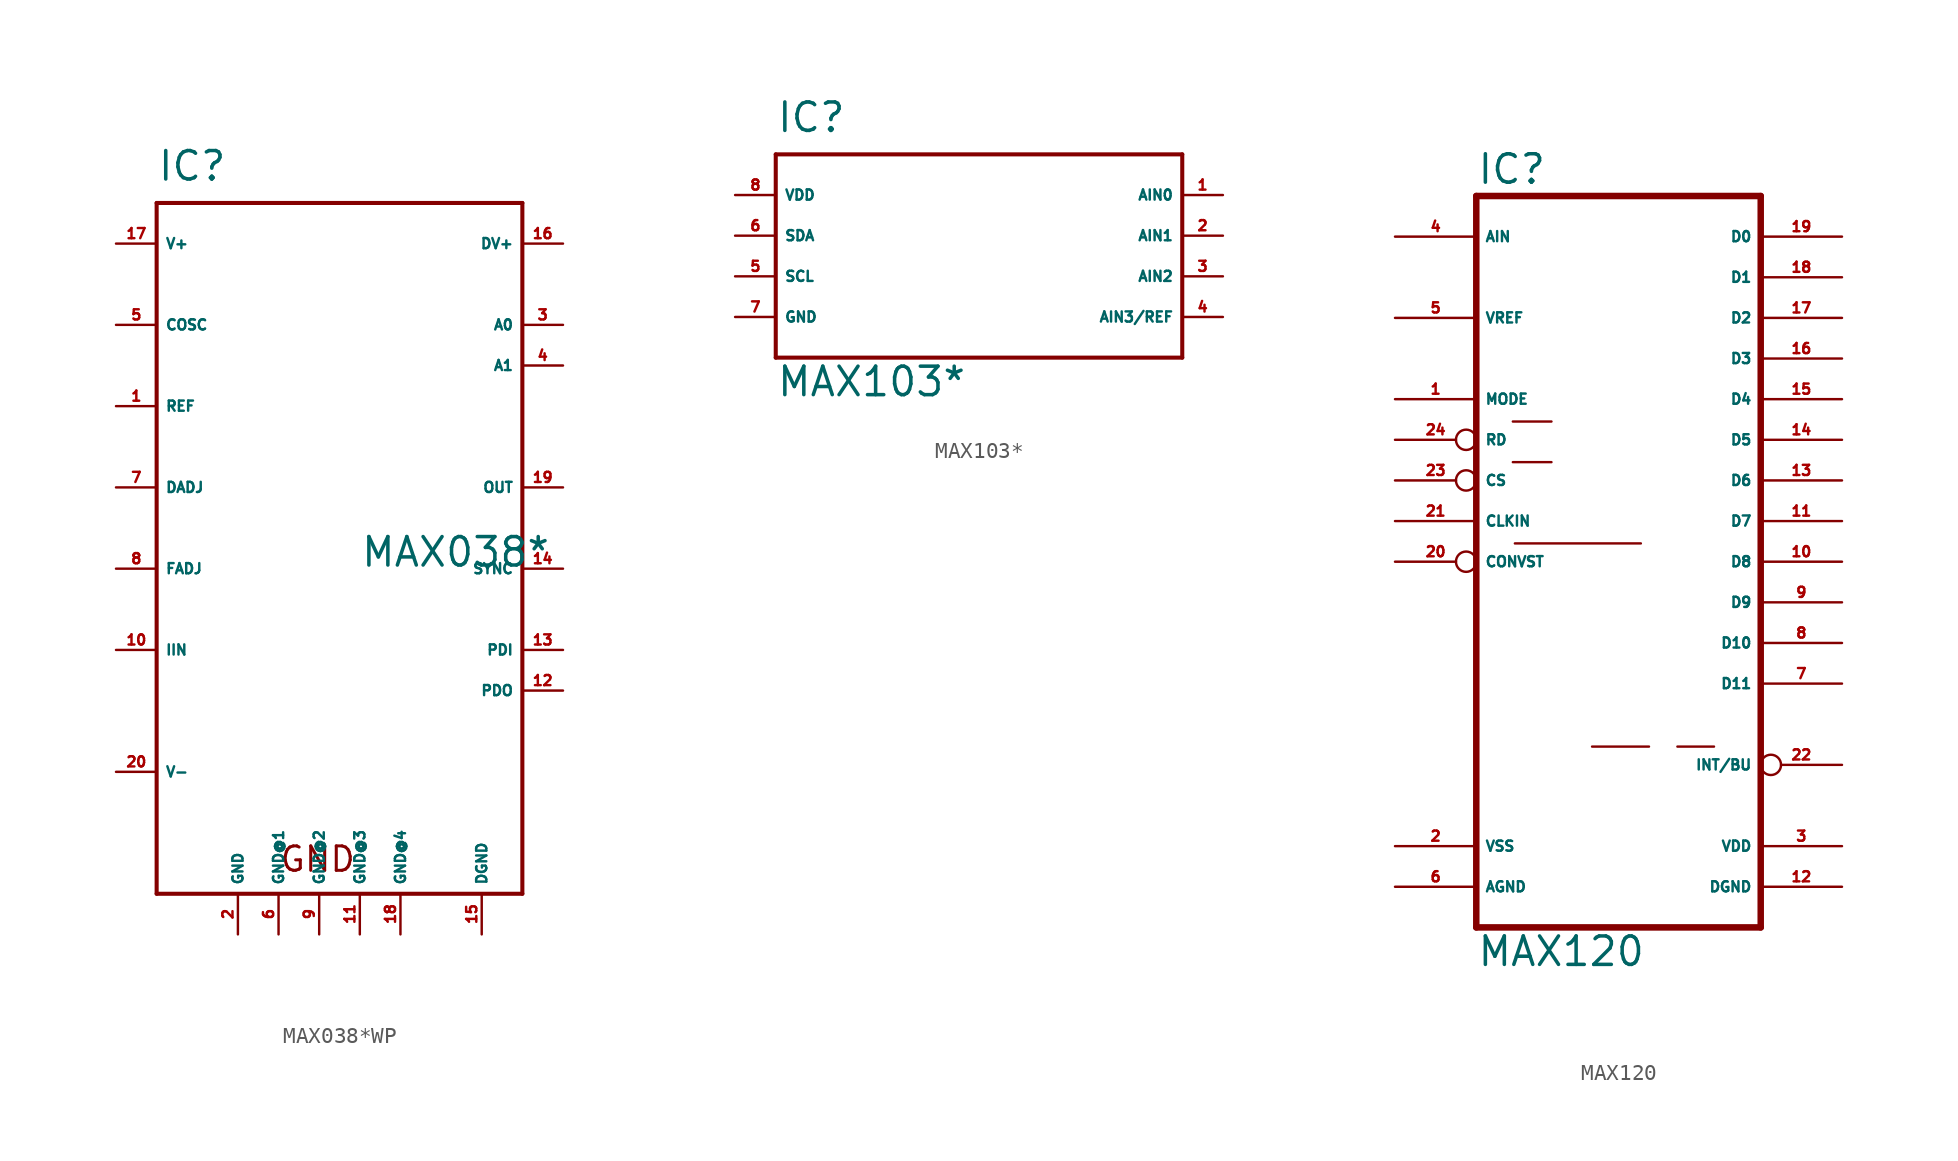
<source format=kicad_sym>
(kicad_symbol_lib
  (version 20220914)
  (generator Eagle2Kicad)
  (symbol "MAX038*WP"
    (property "Reference" "IC"
      (at -12.7 19.05 0)
      (effects (font (size 1.778 1.778) (thickness 0.22)) (justify left bottom)))
    (property "Value" "MAX038*"
      (at 0 -5.08 0)
      (effects (font (size 1.778 1.778) (thickness 0.22)) (justify left bottom)))
    (polyline
      (pts (xy -12.7 17.78) (xy 10.16 17.78))
      (stroke (width 0.254) (type default))
      (fill (type none)))
    (polyline
      (pts (xy 10.16 17.78) (xy 10.16 -25.4))
      (stroke (width 0.254) (type default))
      (fill (type none)))
    (polyline
      (pts (xy 10.16 -25.4) (xy -12.7 -25.4))
      (stroke (width 0.254) (type default))
      (fill (type none)))
    (polyline
      (pts (xy -12.7 -25.4) (xy -12.7 17.78))
      (stroke (width 0.254) (type default))
      (fill (type none)))
    (text "GND"
      (at -5.08 -24.13 0)
      (effects (font (size 1.524 1.524) (thickness 0.19)) (justify left bottom)))
    (pin output line
      (at -15.24 5.08 0)
      (length 2.54)
      (name "REF" (effects (font (size 0.635 0.635) (thickness 0.08)) (justify left bottom)))
      (number "1" (effects (font (size 0.635 0.635) (thickness 0.08)) (justify left bottom))))
    (pin input line
      (at -15.24 0 0)
      (length 2.54)
      (name "DADJ" (effects (font (size 0.635 0.635) (thickness 0.08)) (justify left bottom)))
      (number "7" (effects (font (size 0.635 0.635) (thickness 0.08)) (justify left bottom))))
    (pin passive line
      (at -15.24 -10.16 0)
      (length 2.54)
      (name "IIN" (effects (font (size 0.635 0.635) (thickness 0.08)) (justify left bottom)))
      (number "10" (effects (font (size 0.635 0.635) (thickness 0.08)) (justify left bottom))))
    (pin input line
      (at -15.24 -5.08 0)
      (length 2.54)
      (name "FADJ" (effects (font (size 0.635 0.635) (thickness 0.08)) (justify left bottom)))
      (number "8" (effects (font (size 0.635 0.635) (thickness 0.08)) (justify left bottom))))
    (pin passive line
      (at -15.24 10.16 0)
      (length 2.54)
      (name "COSC" (effects (font (size 0.635 0.635) (thickness 0.08)) (justify left bottom)))
      (number "5" (effects (font (size 0.635 0.635) (thickness 0.08)) (justify left bottom))))
    (pin unspecified line
      (at -15.24 -17.78 0)
      (length 2.54)
      (name "V-" (effects (font (size 0.635 0.635) (thickness 0.08)) (justify left bottom)))
      (number "20" (effects (font (size 0.635 0.635) (thickness 0.08)) (justify left bottom))))
    (pin unspecified line
      (at -15.24 15.24 0)
      (length 2.54)
      (name "V+" (effects (font (size 0.635 0.635) (thickness 0.08)) (justify left bottom)))
      (number "17" (effects (font (size 0.635 0.635) (thickness 0.08)) (justify left bottom))))
    (pin input line
      (at 12.7 10.16 180)
      (length 2.54)
      (name "A0" (effects (font (size 0.635 0.635) (thickness 0.08)) (justify left bottom)))
      (number "3" (effects (font (size 0.635 0.635) (thickness 0.08)) (justify left bottom))))
    (pin input line
      (at 12.7 7.62 180)
      (length 2.54)
      (name "A1" (effects (font (size 0.635 0.635) (thickness 0.08)) (justify left bottom)))
      (number "4" (effects (font (size 0.635 0.635) (thickness 0.08)) (justify left bottom))))
    (pin output line
      (at 12.7 0 180)
      (length 2.54)
      (name "OUT" (effects (font (size 0.635 0.635) (thickness 0.08)) (justify left bottom)))
      (number "19" (effects (font (size 0.635 0.635) (thickness 0.08)) (justify left bottom))))
    (pin unspecified line
      (at 12.7 15.24 180)
      (length 2.54)
      (name "DV+" (effects (font (size 0.635 0.635) (thickness 0.08)) (justify left bottom)))
      (number "16" (effects (font (size 0.635 0.635) (thickness 0.08)) (justify left bottom))))
    (pin unspecified line
      (at 7.62 -27.94 90)
      (length 2.54)
      (name "DGND" (effects (font (size 0.635 0.635) (thickness 0.08)) (justify left bottom)))
      (number "15" (effects (font (size 0.635 0.635) (thickness 0.08)) (justify left bottom))))
    (pin output line
      (at 12.7 -5.08 180)
      (length 2.54)
      (name "SYNC" (effects (font (size 0.635 0.635) (thickness 0.08)) (justify left bottom)))
      (number "14" (effects (font (size 0.635 0.635) (thickness 0.08)) (justify left bottom))))
    (pin input line
      (at 12.7 -10.16 180)
      (length 2.54)
      (name "PDI" (effects (font (size 0.635 0.635) (thickness 0.08)) (justify left bottom)))
      (number "13" (effects (font (size 0.635 0.635) (thickness 0.08)) (justify left bottom))))
    (pin output line
      (at 12.7 -12.7 180)
      (length 2.54)
      (name "PDO" (effects (font (size 0.635 0.635) (thickness 0.08)) (justify left bottom)))
      (number "12" (effects (font (size 0.635 0.635) (thickness 0.08)) (justify left bottom))))
    (pin unspecified line
      (at -7.62 -27.94 90)
      (length 2.54)
      (name "GND" (effects (font (size 0.635 0.635) (thickness 0.08)) (justify left bottom)))
      (number "2" (effects (font (size 0.635 0.635) (thickness 0.08)) (justify left bottom))))
    (pin unspecified line
      (at -5.08 -27.94 90)
      (length 2.54)
      (name "GND@1" (effects (font (size 0.635 0.635) (thickness 0.08)) (justify left bottom)))
      (number "6" (effects (font (size 0.635 0.635) (thickness 0.08)) (justify left bottom))))
    (pin unspecified line
      (at -2.54 -27.94 90)
      (length 2.54)
      (name "GND@2" (effects (font (size 0.635 0.635) (thickness 0.08)) (justify left bottom)))
      (number "9" (effects (font (size 0.635 0.635) (thickness 0.08)) (justify left bottom))))
    (pin unspecified line
      (at 0 -27.94 90)
      (length 2.54)
      (name "GND@3" (effects (font (size 0.635 0.635) (thickness 0.08)) (justify left bottom)))
      (number "11" (effects (font (size 0.635 0.635) (thickness 0.08)) (justify left bottom))))
    (pin unspecified line
      (at 2.54 -27.94 90)
      (length 2.54)
      (name "GND@4" (effects (font (size 0.635 0.635) (thickness 0.08)) (justify left bottom)))
      (number "18" (effects (font (size 0.635 0.635) (thickness 0.08)) (justify left bottom)))))
  (symbol "MAX103*"
    (property "Reference" "IC"
      (at -12.7 6.35 0)
      (effects (font (size 1.778 1.778) (thickness 0.22)) (justify left bottom)))
    (property "Value" "MAX103*"
      (at -12.7 -10.16 0)
      (effects (font (size 1.778 1.778) (thickness 0.22)) (justify left bottom)))
    (polyline
      (pts (xy -12.7 5.08) (xy 12.7 5.08))
      (stroke (width 0.254) (type default))
      (fill (type none)))
    (polyline
      (pts (xy 12.7 5.08) (xy 12.7 -7.62))
      (stroke (width 0.254) (type default))
      (fill (type none)))
    (polyline
      (pts (xy 12.7 -7.62) (xy -12.7 -7.62))
      (stroke (width 0.254) (type default))
      (fill (type none)))
    (polyline
      (pts (xy -12.7 -7.62) (xy -12.7 5.08))
      (stroke (width 0.254) (type default))
      (fill (type none)))
    (pin input line
      (at 15.24 2.54 180)
      (length 2.54)
      (name "AIN0" (effects (font (size 0.635 0.635) (thickness 0.08)) (justify left bottom)))
      (number "1" (effects (font (size 0.635 0.635) (thickness 0.08)) (justify left bottom))))
    (pin input line
      (at 15.24 0 180)
      (length 2.54)
      (name "AIN1" (effects (font (size 0.635 0.635) (thickness 0.08)) (justify left bottom)))
      (number "2" (effects (font (size 0.635 0.635) (thickness 0.08)) (justify left bottom))))
    (pin input line
      (at 15.24 -2.54 180)
      (length 2.54)
      (name "AIN2" (effects (font (size 0.635 0.635) (thickness 0.08)) (justify left bottom)))
      (number "3" (effects (font (size 0.635 0.635) (thickness 0.08)) (justify left bottom))))
    (pin input line
      (at 15.24 -5.08 180)
      (length 2.54)
      (name "AIN3/REF" (effects (font (size 0.635 0.635) (thickness 0.08)) (justify left bottom)))
      (number "4" (effects (font (size 0.635 0.635) (thickness 0.08)) (justify left bottom))))
    (pin input line
      (at -15.24 0 0)
      (length 2.54)
      (name "SDA" (effects (font (size 0.635 0.635) (thickness 0.08)) (justify left bottom)))
      (number "6" (effects (font (size 0.635 0.635) (thickness 0.08)) (justify left bottom))))
    (pin input line
      (at -15.24 -2.54 0)
      (length 2.54)
      (name "SCL" (effects (font (size 0.635 0.635) (thickness 0.08)) (justify left bottom)))
      (number "5" (effects (font (size 0.635 0.635) (thickness 0.08)) (justify left bottom))))
    (pin unspecified line
      (at -15.24 2.54 0)
      (length 2.54)
      (name "VDD" (effects (font (size 0.635 0.635) (thickness 0.08)) (justify left bottom)))
      (number "8" (effects (font (size 0.635 0.635) (thickness 0.08)) (justify left bottom))))
    (pin unspecified line
      (at -15.24 -5.08 0)
      (length 2.54)
      (name "GND" (effects (font (size 0.635 0.635) (thickness 0.08)) (justify left bottom)))
      (number "7" (effects (font (size 0.635 0.635) (thickness 0.08)) (justify left bottom)))))
  (symbol "MAX120"
    (property "Reference" "IC"
      (at -10.16 23.495 0)
      (effects (font (size 1.778 1.778) (thickness 0.22)) (justify left bottom)))
    (property "Value" "MAX120"
      (at -10.16 -25.4 0)
      (effects (font (size 1.778 1.778) (thickness 0.22)) (justify left bottom)))
    (polyline
      (pts (xy 7.62 -22.86) (xy -10.16 -22.86))
      (stroke (width 0.406) (type default))
      (fill (type none)))
    (polyline
      (pts (xy -10.16 22.86) (xy -10.16 -22.86))
      (stroke (width 0.406) (type default))
      (fill (type none)))
    (polyline
      (pts (xy -10.16 22.86) (xy 7.62 22.86))
      (stroke (width 0.406) (type default))
      (fill (type none)))
    (polyline
      (pts (xy 7.62 -22.86) (xy 7.62 22.86))
      (stroke (width 0.406) (type default))
      (fill (type none)))
    (polyline
      (pts (xy -2.921 -11.557) (xy 0.635 -11.557))
      (stroke (width 0.152) (type default))
      (fill (type none)))
    (polyline
      (pts (xy 2.413 -11.557) (xy 4.699 -11.557))
      (stroke (width 0.152) (type default))
      (fill (type none)))
    (polyline
      (pts (xy -7.747 1.143) (xy 0.127 1.143))
      (stroke (width 0.152) (type default))
      (fill (type none)))
    (polyline
      (pts (xy -7.874 6.223) (xy -5.461 6.223))
      (stroke (width 0.152) (type default))
      (fill (type none)))
    (polyline
      (pts (xy -7.874 8.763) (xy -5.461 8.763))
      (stroke (width 0.152) (type default))
      (fill (type none)))
    (pin input line
      (at -15.24 20.32 0)
      (length 5.08)
      (name "AIN" (effects (font (size 0.635 0.635) (thickness 0.08)) (justify left bottom)))
      (number "4" (effects (font (size 0.635 0.635) (thickness 0.08)) (justify left bottom))))
    (pin unspecified line
      (at 12.7 -20.32 180)
      (length 5.08)
      (name "DGND" (effects (font (size 0.635 0.635) (thickness 0.08)) (justify left bottom)))
      (number "12" (effects (font (size 0.635 0.635) (thickness 0.08)) (justify left bottom))))
    (pin unspecified line
      (at -15.24 -17.78 0)
      (length 5.08)
      (name "VSS" (effects (font (size 0.635 0.635) (thickness 0.08)) (justify left bottom)))
      (number "2" (effects (font (size 0.635 0.635) (thickness 0.08)) (justify left bottom))))
    (pin unspecified line
      (at 12.7 -17.78 180)
      (length 5.08)
      (name "VDD" (effects (font (size 0.635 0.635) (thickness 0.08)) (justify left bottom)))
      (number "3" (effects (font (size 0.635 0.635) (thickness 0.08)) (justify left bottom))))
    (pin input line
      (at -15.24 10.16 0)
      (length 5.08)
      (name "MODE" (effects (font (size 0.635 0.635) (thickness 0.08)) (justify left bottom)))
      (number "1" (effects (font (size 0.635 0.635) (thickness 0.08)) (justify left bottom))))
    (pin input inverted
      (at -15.24 7.62 0)
      (length 5.08)
      (name "RD" (effects (font (size 0.635 0.635) (thickness 0.08)) (justify left bottom)))
      (number "24" (effects (font (size 0.635 0.635) (thickness 0.08)) (justify left bottom))))
    (pin input inverted
      (at -15.24 5.08 0)
      (length 5.08)
      (name "CS" (effects (font (size 0.635 0.635) (thickness 0.08)) (justify left bottom)))
      (number "23" (effects (font (size 0.635 0.635) (thickness 0.08)) (justify left bottom))))
    (pin input inverted
      (at -15.24 0 0)
      (length 5.08)
      (name "CONVST" (effects (font (size 0.635 0.635) (thickness 0.08)) (justify left bottom)))
      (number "20" (effects (font (size 0.635 0.635) (thickness 0.08)) (justify left bottom))))
    (pin input line
      (at -15.24 2.54 0)
      (length 5.08)
      (name "CLKIN" (effects (font (size 0.635 0.635) (thickness 0.08)) (justify left bottom)))
      (number "21" (effects (font (size 0.635 0.635) (thickness 0.08)) (justify left bottom))))
    (pin output line
      (at 12.7 15.24 180)
      (length 5.08)
      (name "D2" (effects (font (size 0.635 0.635) (thickness 0.08)) (justify left bottom)))
      (number "17" (effects (font (size 0.635 0.635) (thickness 0.08)) (justify left bottom))))
    (pin output line
      (at 12.7 17.78 180)
      (length 5.08)
      (name "D1" (effects (font (size 0.635 0.635) (thickness 0.08)) (justify left bottom)))
      (number "18" (effects (font (size 0.635 0.635) (thickness 0.08)) (justify left bottom))))
    (pin output line
      (at 12.7 20.32 180)
      (length 5.08)
      (name "D0" (effects (font (size 0.635 0.635) (thickness 0.08)) (justify left bottom)))
      (number "19" (effects (font (size 0.635 0.635) (thickness 0.08)) (justify left bottom))))
    (pin output line
      (at 12.7 12.7 180)
      (length 5.08)
      (name "D3" (effects (font (size 0.635 0.635) (thickness 0.08)) (justify left bottom)))
      (number "16" (effects (font (size 0.635 0.635) (thickness 0.08)) (justify left bottom))))
    (pin output line
      (at -15.24 15.24 0)
      (length 5.08)
      (name "VREF" (effects (font (size 0.635 0.635) (thickness 0.08)) (justify left bottom)))
      (number "5" (effects (font (size 0.635 0.635) (thickness 0.08)) (justify left bottom))))
    (pin unspecified line
      (at -15.24 -20.32 0)
      (length 5.08)
      (name "AGND" (effects (font (size 0.635 0.635) (thickness 0.08)) (justify left bottom)))
      (number "6" (effects (font (size 0.635 0.635) (thickness 0.08)) (justify left bottom))))
    (pin output line
      (at 12.7 10.16 180)
      (length 5.08)
      (name "D4" (effects (font (size 0.635 0.635) (thickness 0.08)) (justify left bottom)))
      (number "15" (effects (font (size 0.635 0.635) (thickness 0.08)) (justify left bottom))))
    (pin output line
      (at 12.7 7.62 180)
      (length 5.08)
      (name "D5" (effects (font (size 0.635 0.635) (thickness 0.08)) (justify left bottom)))
      (number "14" (effects (font (size 0.635 0.635) (thickness 0.08)) (justify left bottom))))
    (pin output line
      (at 12.7 5.08 180)
      (length 5.08)
      (name "D6" (effects (font (size 0.635 0.635) (thickness 0.08)) (justify left bottom)))
      (number "13" (effects (font (size 0.635 0.635) (thickness 0.08)) (justify left bottom))))
    (pin output line
      (at 12.7 2.54 180)
      (length 5.08)
      (name "D7" (effects (font (size 0.635 0.635) (thickness 0.08)) (justify left bottom)))
      (number "11" (effects (font (size 0.635 0.635) (thickness 0.08)) (justify left bottom))))
    (pin output line
      (at 12.7 0 180)
      (length 5.08)
      (name "D8" (effects (font (size 0.635 0.635) (thickness 0.08)) (justify left bottom)))
      (number "10" (effects (font (size 0.635 0.635) (thickness 0.08)) (justify left bottom))))
    (pin output line
      (at 12.7 -2.54 180)
      (length 5.08)
      (name "D9" (effects (font (size 0.635 0.635) (thickness 0.08)) (justify left bottom)))
      (number "9" (effects (font (size 0.635 0.635) (thickness 0.08)) (justify left bottom))))
    (pin output line
      (at 12.7 -5.08 180)
      (length 5.08)
      (name "D10" (effects (font (size 0.635 0.635) (thickness 0.08)) (justify left bottom)))
      (number "8" (effects (font (size 0.635 0.635) (thickness 0.08)) (justify left bottom))))
    (pin output line
      (at 12.7 -7.62 180)
      (length 5.08)
      (name "D11" (effects (font (size 0.635 0.635) (thickness 0.08)) (justify left bottom)))
      (number "7" (effects (font (size 0.635 0.635) (thickness 0.08)) (justify left bottom))))
    (pin output inverted
      (at 12.7 -12.7 180)
      (length 5.08)
      (name "INT/BU" (effects (font (size 0.635 0.635) (thickness 0.08)) (justify left bottom)))
      (number "22" (effects (font (size 0.635 0.635) (thickness 0.08)) (justify left bottom))))))
</source>
